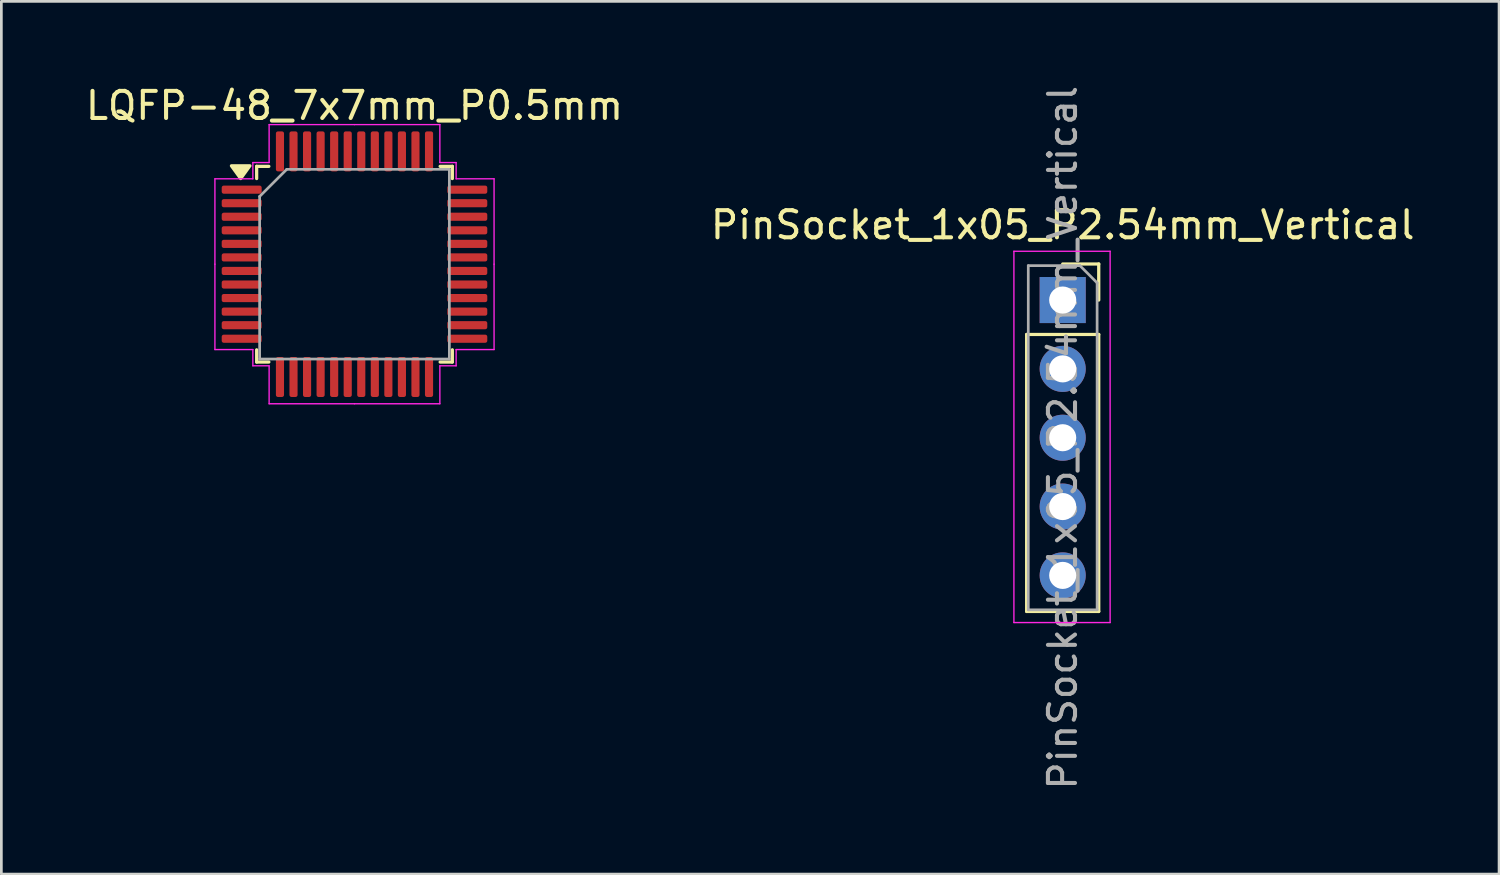
<source format=kicad_pcb>
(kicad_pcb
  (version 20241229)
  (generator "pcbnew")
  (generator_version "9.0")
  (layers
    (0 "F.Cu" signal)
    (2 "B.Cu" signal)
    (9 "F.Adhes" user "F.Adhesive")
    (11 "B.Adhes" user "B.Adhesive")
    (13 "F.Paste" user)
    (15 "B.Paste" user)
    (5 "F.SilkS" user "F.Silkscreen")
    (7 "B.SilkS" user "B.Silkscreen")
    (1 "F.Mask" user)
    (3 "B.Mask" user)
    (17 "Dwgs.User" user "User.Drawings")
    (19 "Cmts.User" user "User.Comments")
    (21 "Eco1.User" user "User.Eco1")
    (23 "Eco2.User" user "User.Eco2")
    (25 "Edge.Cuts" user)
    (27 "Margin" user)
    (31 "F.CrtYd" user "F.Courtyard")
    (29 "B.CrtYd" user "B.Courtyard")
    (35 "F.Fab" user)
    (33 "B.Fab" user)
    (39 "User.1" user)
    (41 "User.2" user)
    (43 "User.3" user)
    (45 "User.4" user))
  (footprint "PinSocket_1x05_P2.54mm_Vertical"
    (layer "F.Cu")
    (at 36.161 8.021)
    (property "Reference" "PinSocket_1x05_P2.54mm_Vertical" (at 0 -2.77 180) (layer "F.SilkS") (effects (font (size 1 1) (thickness 0.15))))
    (attr through_hole)
    (fp_line (start -1.33 1.27) (end -1.33 11.49) (stroke (width 0.12) (type solid)) (layer "F.SilkS"))
    (fp_line (start -1.33 1.27) (end 1.33 1.27) (stroke (width 0.12) (type solid)) (layer "F.SilkS"))
    (fp_line (start -1.33 11.49) (end 1.33 11.49) (stroke (width 0.12) (type solid)) (layer "F.SilkS"))
    (fp_line (start 0 -1.33) (end 1.33 -1.33) (stroke (width 0.12) (type solid)) (layer "F.SilkS"))
    (fp_line (start 1.33 -1.33) (end 1.33 0) (stroke (width 0.12) (type solid)) (layer "F.SilkS"))
    (fp_line (start 1.33 1.27) (end 1.33 11.49) (stroke (width 0.12) (type solid)) (layer "F.SilkS"))
    (fp_line (start -1.8 -1.8) (end 1.75 -1.8) (stroke (width 0.05) (type solid)) (layer "F.CrtYd"))
    (fp_line (start -1.8 11.9) (end -1.8 -1.8) (stroke (width 0.05) (type solid)) (layer "F.CrtYd"))
    (fp_line (start 1.75 -1.8) (end 1.75 11.9) (stroke (width 0.05) (type solid)) (layer "F.CrtYd"))
    (fp_line (start 1.75 11.9) (end -1.8 11.9) (stroke (width 0.05) (type solid)) (layer "F.CrtYd"))
    (fp_line (start -1.27 -1.27) (end 0.635 -1.27) (stroke (width 0.1) (type solid)) (layer "F.Fab"))
    (fp_line (start -1.27 11.43) (end -1.27 -1.27) (stroke (width 0.1) (type solid)) (layer "F.Fab"))
    (fp_line (start 0.635 -1.27) (end 1.27 -0.635) (stroke (width 0.1) (type solid)) (layer "F.Fab"))
    (fp_line (start 1.27 -0.635) (end 1.27 11.43) (stroke (width 0.1) (type solid)) (layer "F.Fab"))
    (fp_line (start 1.27 11.43) (end -1.27 11.43) (stroke (width 0.1) (type solid)) (layer "F.Fab"))
    (fp_text user "${REFERENCE}" (at 0 5.08 90) (layer "F.Fab") (effects (font (size 1 1) (thickness 0.15))))
    (pad "1" thru_hole rect (at 0 0) (size 1.7 1.7) (drill 1) (layers "*.Cu" "*.Mask"))
    (pad "2" thru_hole oval (at 0 2.54) (size 1.7 1.7) (drill 1) (layers "*.Cu" "*.Mask"))
    (pad "3" thru_hole oval (at 0 5.08) (size 1.7 1.7) (drill 1) (layers "*.Cu" "*.Mask"))
    (pad "4" thru_hole oval (at 0 7.62) (size 1.7 1.7) (drill 1) (layers "*.Cu" "*.Mask"))
    (pad "5" thru_hole oval (at 0 10.16) (size 1.7 1.7) (drill 1) (layers "*.Cu" "*.Mask")))
  (footprint "LQFP-48_7x7mm_P0.5mm"
    (layer "F.Cu")
    (at 10.03 6.698)
    (property "Reference" "LQFP-48_7x7mm_P0.5mm" (at 0 -5.85 0) (layer "F.SilkS") (effects (font (size 1 1) (thickness 0.15))))
    (attr smd)
    (fp_line (start -3.61 -3.61) (end -3.61 -3.16) (stroke (width 0.12) (type solid)) (layer "F.SilkS"))
    (fp_line (start -3.61 3.61) (end -3.61 3.16) (stroke (width 0.12) (type solid)) (layer "F.SilkS"))
    (fp_line (start -3.16 -3.61) (end -3.61 -3.61) (stroke (width 0.12) (type solid)) (layer "F.SilkS"))
    (fp_line (start -3.16 3.61) (end -3.61 3.61) (stroke (width 0.12) (type solid)) (layer "F.SilkS"))
    (fp_line (start 3.16 -3.61) (end 3.61 -3.61) (stroke (width 0.12) (type solid)) (layer "F.SilkS"))
    (fp_line (start 3.16 3.61) (end 3.61 3.61) (stroke (width 0.12) (type solid)) (layer "F.SilkS"))
    (fp_line (start 3.61 -3.61) (end 3.61 -3.16) (stroke (width 0.12) (type solid)) (layer "F.SilkS"))
    (fp_line (start 3.61 3.61) (end 3.61 3.16) (stroke (width 0.12) (type solid)) (layer "F.SilkS"))
    (fp_poly (pts (xy -4.2 -3.16) (xy -4.54 -3.63) (xy -3.86 -3.63) (xy -4.2 -3.16)) (stroke (width 0.12) (type solid)) (fill yes) (layer "F.SilkS"))
    (fp_line (start -5.15 -3.15) (end -5.15 0) (stroke (width 0.05) (type solid)) (layer "F.CrtYd"))
    (fp_line (start -5.15 3.15) (end -5.15 0) (stroke (width 0.05) (type solid)) (layer "F.CrtYd"))
    (fp_line (start -3.75 -3.75) (end -3.75 -3.15) (stroke (width 0.05) (type solid)) (layer "F.CrtYd"))
    (fp_line (start -3.75 -3.15) (end -5.15 -3.15) (stroke (width 0.05) (type solid)) (layer "F.CrtYd"))
    (fp_line (start -3.75 3.15) (end -5.15 3.15) (stroke (width 0.05) (type solid)) (layer "F.CrtYd"))
    (fp_line (start -3.75 3.75) (end -3.75 3.15) (stroke (width 0.05) (type solid)) (layer "F.CrtYd"))
    (fp_line (start -3.15 -3.75) (end -3.75 -3.75) (stroke (width 0.05) (type solid)) (layer "F.CrtYd"))
    (fp_line (start -3.15 3.75) (end -3.75 3.75) (stroke (width 0.05) (type solid)) (layer "F.CrtYd"))
    (fp_line (start -3.15 -5.15) (end -3.15 -3.75) (stroke (width 0.05) (type solid)) (layer "F.CrtYd"))
    (fp_line (start -3.15 5.15) (end -3.15 3.75) (stroke (width 0.05) (type solid)) (layer "F.CrtYd"))
    (fp_line (start 0 -5.15) (end -3.15 -5.15) (stroke (width 0.05) (type solid)) (layer "F.CrtYd"))
    (fp_line (start 0 -5.15) (end 3.15 -5.15) (stroke (width 0.05) (type solid)) (layer "F.CrtYd"))
    (fp_line (start 0 5.15) (end -3.15 5.15) (stroke (width 0.05) (type solid)) (layer "F.CrtYd"))
    (fp_line (start 0 5.15) (end 3.15 5.15) (stroke (width 0.05) (type solid)) (layer "F.CrtYd"))
    (fp_line (start 3.15 -5.15) (end 3.15 -3.75) (stroke (width 0.05) (type solid)) (layer "F.CrtYd"))
    (fp_line (start 3.15 5.15) (end 3.15 3.75) (stroke (width 0.05) (type solid)) (layer "F.CrtYd"))
    (fp_line (start 3.15 -3.75) (end 3.75 -3.75) (stroke (width 0.05) (type solid)) (layer "F.CrtYd"))
    (fp_line (start 3.15 3.75) (end 3.75 3.75) (stroke (width 0.05) (type solid)) (layer "F.CrtYd"))
    (fp_line (start 3.75 -3.75) (end 3.75 -3.15) (stroke (width 0.05) (type solid)) (layer "F.CrtYd"))
    (fp_line (start 3.75 -3.15) (end 5.15 -3.15) (stroke (width 0.05) (type solid)) (layer "F.CrtYd"))
    (fp_line (start 3.75 3.15) (end 5.15 3.15) (stroke (width 0.05) (type solid)) (layer "F.CrtYd"))
    (fp_line (start 3.75 3.75) (end 3.75 3.15) (stroke (width 0.05) (type solid)) (layer "F.CrtYd"))
    (fp_line (start 5.15 -3.15) (end 5.15 0) (stroke (width 0.05) (type solid)) (layer "F.CrtYd"))
    (fp_line (start 5.15 3.15) (end 5.15 0) (stroke (width 0.05) (type solid)) (layer "F.CrtYd"))
    (fp_line (start -3.5 -2.5) (end -2.5 -3.5) (stroke (width 0.1) (type solid)) (layer "F.Fab"))
    (fp_line (start -3.5 3.5) (end -3.5 -2.5) (stroke (width 0.1) (type solid)) (layer "F.Fab"))
    (fp_line (start -2.5 -3.5) (end 3.5 -3.5) (stroke (width 0.1) (type solid)) (layer "F.Fab"))
    (fp_line (start 3.5 -3.5) (end 3.5 3.5) (stroke (width 0.1) (type solid)) (layer "F.Fab"))
    (fp_line (start 3.5 3.5) (end -3.5 3.5) (stroke (width 0.1) (type solid)) (layer "F.Fab"))
    (pad "1" smd roundrect (at -4.162 -2.75) (size 1.475 0.3) (layers "F.Cu" "F.Mask" "F.Paste") (roundrect_rratio 0.25))
    (pad "2" smd roundrect (at -4.162 -2.25) (size 1.475 0.3) (layers "F.Cu" "F.Mask" "F.Paste") (roundrect_rratio 0.25))
    (pad "3" smd roundrect (at -4.162 -1.75) (size 1.475 0.3) (layers "F.Cu" "F.Mask" "F.Paste") (roundrect_rratio 0.25))
    (pad "4" smd roundrect (at -4.162 -1.25) (size 1.475 0.3) (layers "F.Cu" "F.Mask" "F.Paste") (roundrect_rratio 0.25))
    (pad "5" smd roundrect (at -4.162 -0.75) (size 1.475 0.3) (layers "F.Cu" "F.Mask" "F.Paste") (roundrect_rratio 0.25))
    (pad "6" smd roundrect (at -4.162 -0.25) (size 1.475 0.3) (layers "F.Cu" "F.Mask" "F.Paste") (roundrect_rratio 0.25))
    (pad "7" smd roundrect (at -4.162 0.25) (size 1.475 0.3) (layers "F.Cu" "F.Mask" "F.Paste") (roundrect_rratio 0.25))
    (pad "8" smd roundrect (at -4.162 0.75) (size 1.475 0.3) (layers "F.Cu" "F.Mask" "F.Paste") (roundrect_rratio 0.25))
    (pad "9" smd roundrect (at -4.162 1.25) (size 1.475 0.3) (layers "F.Cu" "F.Mask" "F.Paste") (roundrect_rratio 0.25))
    (pad "10" smd roundrect (at -4.162 1.75) (size 1.475 0.3) (layers "F.Cu" "F.Mask" "F.Paste") (roundrect_rratio 0.25))
    (pad "11" smd roundrect (at -4.162 2.25) (size 1.475 0.3) (layers "F.Cu" "F.Mask" "F.Paste") (roundrect_rratio 0.25))
    (pad "12" smd roundrect (at -4.162 2.75) (size 1.475 0.3) (layers "F.Cu" "F.Mask" "F.Paste") (roundrect_rratio 0.25))
    (pad "13" smd roundrect (at -2.75 4.162) (size 0.3 1.475) (layers "F.Cu" "F.Mask" "F.Paste") (roundrect_rratio 0.25))
    (pad "14" smd roundrect (at -2.25 4.162) (size 0.3 1.475) (layers "F.Cu" "F.Mask" "F.Paste") (roundrect_rratio 0.25))
    (pad "15" smd roundrect (at -1.75 4.162) (size 0.3 1.475) (layers "F.Cu" "F.Mask" "F.Paste") (roundrect_rratio 0.25))
    (pad "16" smd roundrect (at -1.25 4.162) (size 0.3 1.475) (layers "F.Cu" "F.Mask" "F.Paste") (roundrect_rratio 0.25))
    (pad "17" smd roundrect (at -0.75 4.162) (size 0.3 1.475) (layers "F.Cu" "F.Mask" "F.Paste") (roundrect_rratio 0.25))
    (pad "18" smd roundrect (at -0.25 4.162) (size 0.3 1.475) (layers "F.Cu" "F.Mask" "F.Paste") (roundrect_rratio 0.25))
    (pad "19" smd roundrect (at 0.25 4.162) (size 0.3 1.475) (layers "F.Cu" "F.Mask" "F.Paste") (roundrect_rratio 0.25))
    (pad "20" smd roundrect (at 0.75 4.162) (size 0.3 1.475) (layers "F.Cu" "F.Mask" "F.Paste") (roundrect_rratio 0.25))
    (pad "21" smd roundrect (at 1.25 4.162) (size 0.3 1.475) (layers "F.Cu" "F.Mask" "F.Paste") (roundrect_rratio 0.25))
    (pad "22" smd roundrect (at 1.75 4.162) (size 0.3 1.475) (layers "F.Cu" "F.Mask" "F.Paste") (roundrect_rratio 0.25))
    (pad "23" smd roundrect (at 2.25 4.162) (size 0.3 1.475) (layers "F.Cu" "F.Mask" "F.Paste") (roundrect_rratio 0.25))
    (pad "24" smd roundrect (at 2.75 4.162) (size 0.3 1.475) (layers "F.Cu" "F.Mask" "F.Paste") (roundrect_rratio 0.25))
    (pad "25" smd roundrect (at 4.162 2.75) (size 1.475 0.3) (layers "F.Cu" "F.Mask" "F.Paste") (roundrect_rratio 0.25))
    (pad "26" smd roundrect (at 4.162 2.25) (size 1.475 0.3) (layers "F.Cu" "F.Mask" "F.Paste") (roundrect_rratio 0.25))
    (pad "27" smd roundrect (at 4.162 1.75) (size 1.475 0.3) (layers "F.Cu" "F.Mask" "F.Paste") (roundrect_rratio 0.25))
    (pad "28" smd roundrect (at 4.162 1.25) (size 1.475 0.3) (layers "F.Cu" "F.Mask" "F.Paste") (roundrect_rratio 0.25))
    (pad "29" smd roundrect (at 4.162 0.75) (size 1.475 0.3) (layers "F.Cu" "F.Mask" "F.Paste") (roundrect_rratio 0.25))
    (pad "30" smd roundrect (at 4.162 0.25) (size 1.475 0.3) (layers "F.Cu" "F.Mask" "F.Paste") (roundrect_rratio 0.25))
    (pad "31" smd roundrect (at 4.162 -0.25) (size 1.475 0.3) (layers "F.Cu" "F.Mask" "F.Paste") (roundrect_rratio 0.25))
    (pad "32" smd roundrect (at 4.162 -0.75) (size 1.475 0.3) (layers "F.Cu" "F.Mask" "F.Paste") (roundrect_rratio 0.25))
    (pad "33" smd roundrect (at 4.162 -1.25) (size 1.475 0.3) (layers "F.Cu" "F.Mask" "F.Paste") (roundrect_rratio 0.25))
    (pad "34" smd roundrect (at 4.162 -1.75) (size 1.475 0.3) (layers "F.Cu" "F.Mask" "F.Paste") (roundrect_rratio 0.25))
    (pad "35" smd roundrect (at 4.162 -2.25) (size 1.475 0.3) (layers "F.Cu" "F.Mask" "F.Paste") (roundrect_rratio 0.25))
    (pad "36" smd roundrect (at 4.162 -2.75) (size 1.475 0.3) (layers "F.Cu" "F.Mask" "F.Paste") (roundrect_rratio 0.25))
    (pad "37" smd roundrect (at 2.75 -4.162) (size 0.3 1.475) (layers "F.Cu" "F.Mask" "F.Paste") (roundrect_rratio 0.25))
    (pad "38" smd roundrect (at 2.25 -4.162) (size 0.3 1.475) (layers "F.Cu" "F.Mask" "F.Paste") (roundrect_rratio 0.25))
    (pad "39" smd roundrect (at 1.75 -4.162) (size 0.3 1.475) (layers "F.Cu" "F.Mask" "F.Paste") (roundrect_rratio 0.25))
    (pad "40" smd roundrect (at 1.25 -4.162) (size 0.3 1.475) (layers "F.Cu" "F.Mask" "F.Paste") (roundrect_rratio 0.25))
    (pad "41" smd roundrect (at 0.75 -4.162) (size 0.3 1.475) (layers "F.Cu" "F.Mask" "F.Paste") (roundrect_rratio 0.25))
    (pad "42" smd roundrect (at 0.25 -4.162) (size 0.3 1.475) (layers "F.Cu" "F.Mask" "F.Paste") (roundrect_rratio 0.25))
    (pad "43" smd roundrect (at -0.25 -4.162) (size 0.3 1.475) (layers "F.Cu" "F.Mask" "F.Paste") (roundrect_rratio 0.25))
    (pad "44" smd roundrect (at -0.75 -4.162) (size 0.3 1.475) (layers "F.Cu" "F.Mask" "F.Paste") (roundrect_rratio 0.25))
    (pad "45" smd roundrect (at -1.25 -4.162) (size 0.3 1.475) (layers "F.Cu" "F.Mask" "F.Paste") (roundrect_rratio 0.25))
    (pad "46" smd roundrect (at -1.75 -4.162) (size 0.3 1.475) (layers "F.Cu" "F.Mask" "F.Paste") (roundrect_rratio 0.25))
    (pad "47" smd roundrect (at -2.25 -4.162) (size 0.3 1.475) (layers "F.Cu" "F.Mask" "F.Paste") (roundrect_rratio 0.25))
    (pad "48" smd roundrect (at -2.75 -4.162) (size 0.3 1.475) (layers "F.Cu" "F.Mask" "F.Paste") (roundrect_rratio 0.25)))
  (gr_rect
    (start -3 -3)
    (end 52.262 29.202)
    (stroke (width 0.1) (type default))
    (fill no)
    (layer "Edge.Cuts")))
</source>
